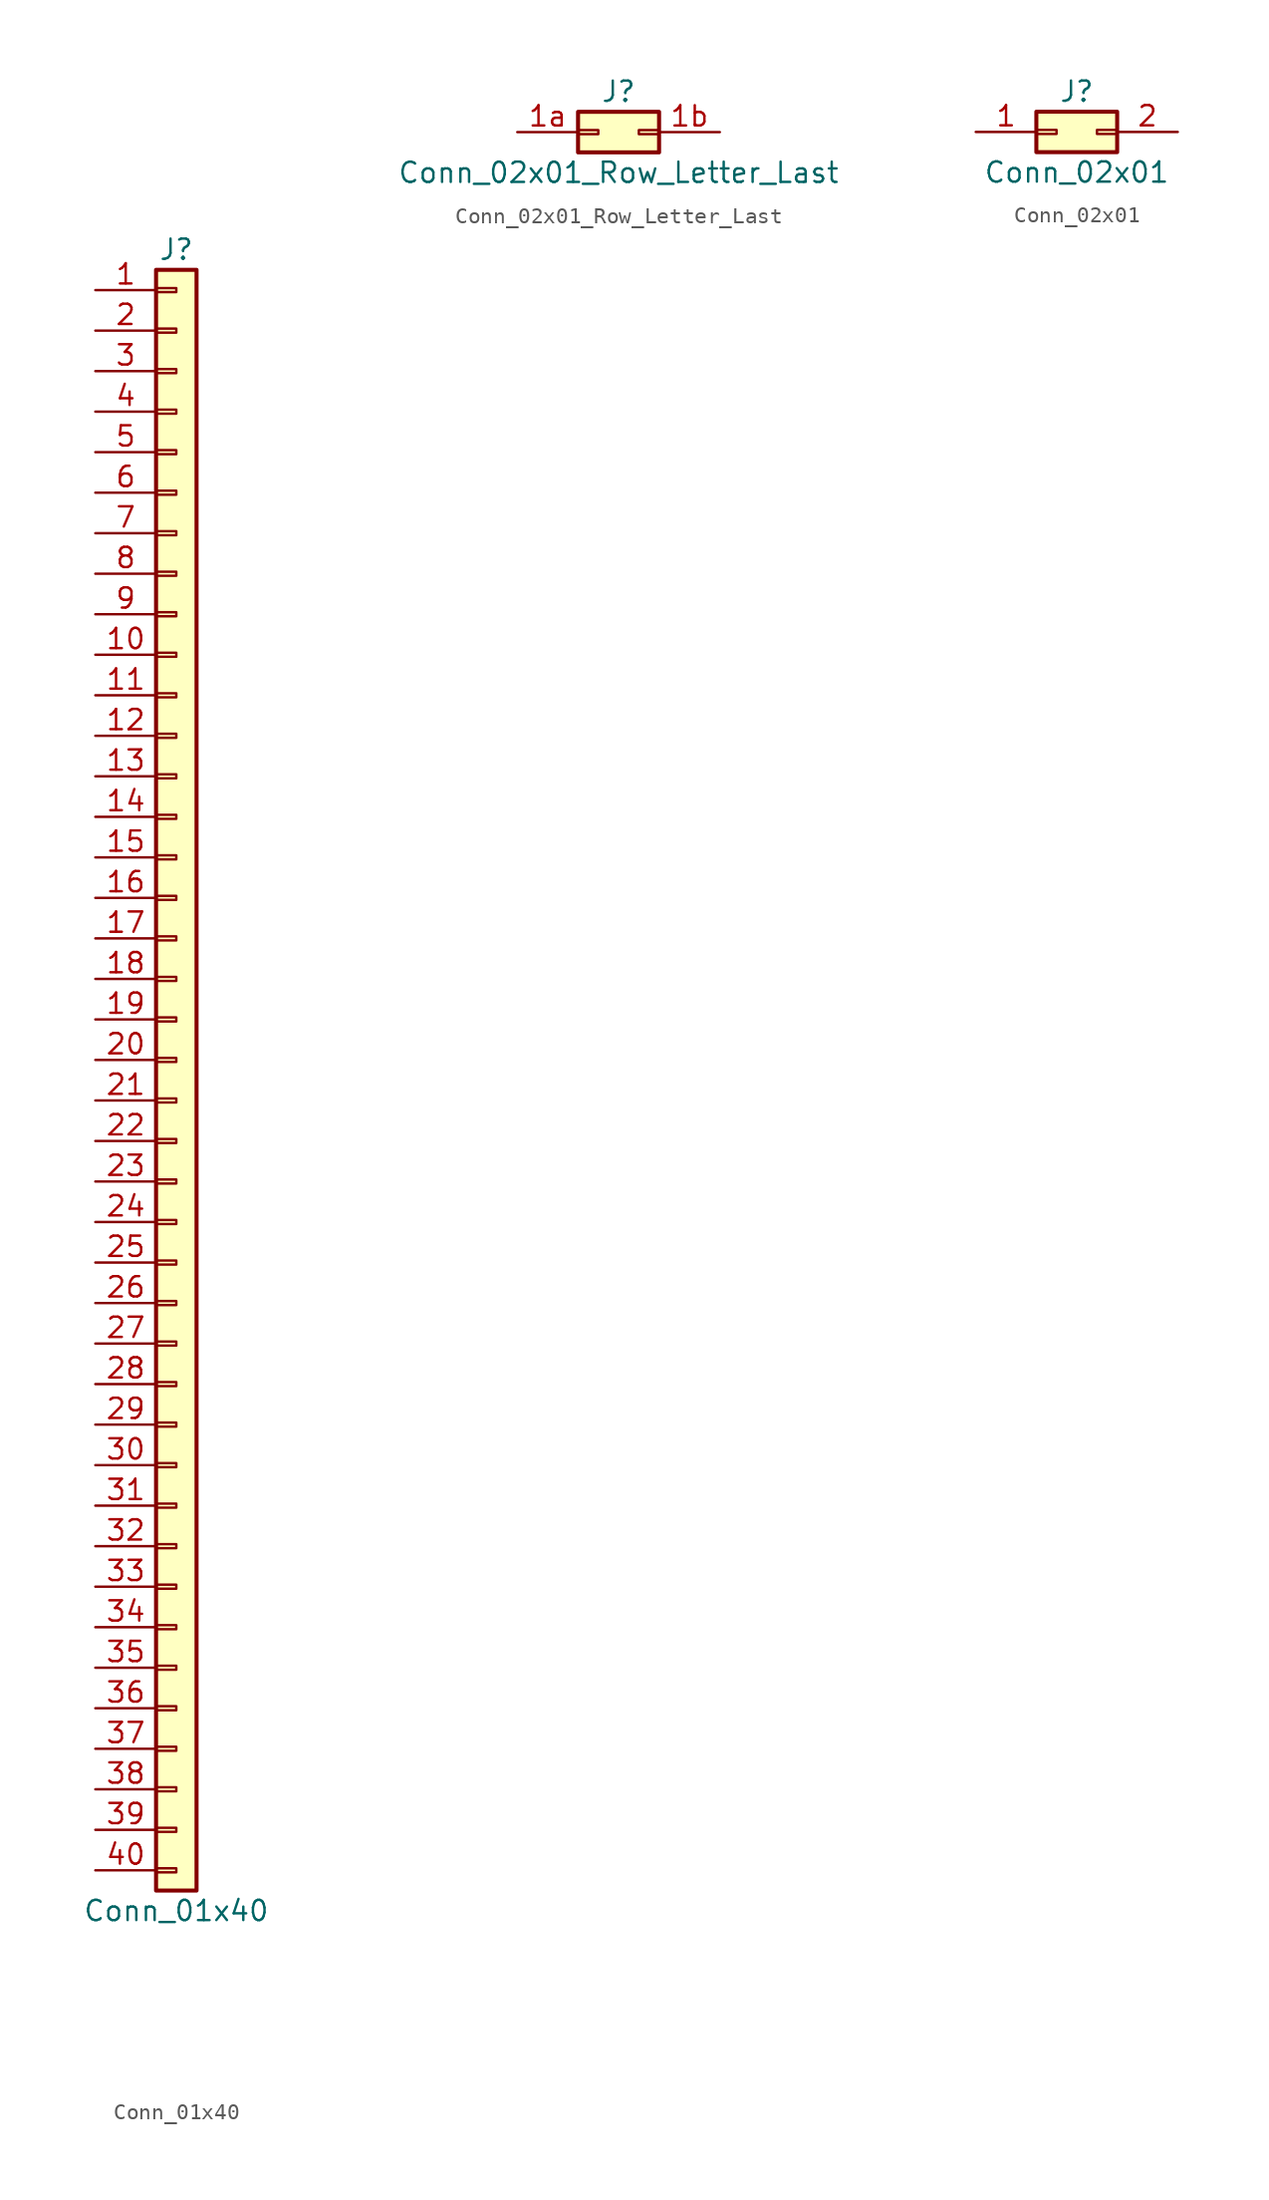
<source format=kicad_sym>
(kicad_symbol_lib
  (version 20211014)
  (generator kicad_symbol_editor)
  (symbol "Conn_01x40"
    (pin_names
      (offset 1.016) hide)
    (property "Reference" "J"
      (at 0 50.8 0)
      (effects (font (size 1.27 1.27))))
    (property "Value" "Conn_01x40"
      (at 0 -53.34 0)
      (effects (font (size 1.27 1.27))))
    (symbol "Conn_01x40_1_1"
      (rectangle (start -1.27 -50.673) (end 0 -50.927) (stroke (width 0.152) (type default) (color 0 0 0 0)) (fill (type none)))
      (rectangle (start -1.27 -48.133) (end 0 -48.387) (stroke (width 0.152) (type default) (color 0 0 0 0)) (fill (type none)))
      (rectangle (start -1.27 -45.593) (end 0 -45.847) (stroke (width 0.152) (type default) (color 0 0 0 0)) (fill (type none)))
      (rectangle (start -1.27 -43.053) (end 0 -43.307) (stroke (width 0.152) (type default) (color 0 0 0 0)) (fill (type none)))
      (rectangle (start -1.27 -40.513) (end 0 -40.767) (stroke (width 0.152) (type default) (color 0 0 0 0)) (fill (type none)))
      (rectangle (start -1.27 -37.973) (end 0 -38.227) (stroke (width 0.152) (type default) (color 0 0 0 0)) (fill (type none)))
      (rectangle (start -1.27 -35.433) (end 0 -35.687) (stroke (width 0.152) (type default) (color 0 0 0 0)) (fill (type none)))
      (rectangle (start -1.27 -32.893) (end 0 -33.147) (stroke (width 0.152) (type default) (color 0 0 0 0)) (fill (type none)))
      (rectangle (start -1.27 -30.353) (end 0 -30.607) (stroke (width 0.152) (type default) (color 0 0 0 0)) (fill (type none)))
      (rectangle (start -1.27 -27.813) (end 0 -28.067) (stroke (width 0.152) (type default) (color 0 0 0 0)) (fill (type none)))
      (rectangle (start -1.27 -25.273) (end 0 -25.527) (stroke (width 0.152) (type default) (color 0 0 0 0)) (fill (type none)))
      (rectangle (start -1.27 -22.733) (end 0 -22.987) (stroke (width 0.152) (type default) (color 0 0 0 0)) (fill (type none)))
      (rectangle (start -1.27 -20.193) (end 0 -20.447) (stroke (width 0.152) (type default) (color 0 0 0 0)) (fill (type none)))
      (rectangle (start -1.27 -17.653) (end 0 -17.907) (stroke (width 0.152) (type default) (color 0 0 0 0)) (fill (type none)))
      (rectangle (start -1.27 -15.113) (end 0 -15.367) (stroke (width 0.152) (type default) (color 0 0 0 0)) (fill (type none)))
      (rectangle (start -1.27 -12.573) (end 0 -12.827) (stroke (width 0.152) (type default) (color 0 0 0 0)) (fill (type none)))
      (rectangle (start -1.27 -10.033) (end 0 -10.287) (stroke (width 0.152) (type default) (color 0 0 0 0)) (fill (type none)))
      (rectangle (start -1.27 -7.493) (end 0 -7.747) (stroke (width 0.152) (type default) (color 0 0 0 0)) (fill (type none)))
      (rectangle (start -1.27 -4.953) (end 0 -5.207) (stroke (width 0.152) (type default) (color 0 0 0 0)) (fill (type none)))
      (rectangle (start -1.27 -2.413) (end 0 -2.667) (stroke (width 0.152) (type default) (color 0 0 0 0)) (fill (type none)))
      (rectangle (start -1.27 0.127) (end 0 -0.127) (stroke (width 0.152) (type default) (color 0 0 0 0)) (fill (type none)))
      (rectangle (start -1.27 2.667) (end 0 2.413) (stroke (width 0.152) (type default) (color 0 0 0 0)) (fill (type none)))
      (rectangle (start -1.27 5.207) (end 0 4.953) (stroke (width 0.152) (type default) (color 0 0 0 0)) (fill (type none)))
      (rectangle (start -1.27 7.747) (end 0 7.493) (stroke (width 0.152) (type default) (color 0 0 0 0)) (fill (type none)))
      (rectangle (start -1.27 10.287) (end 0 10.033) (stroke (width 0.152) (type default) (color 0 0 0 0)) (fill (type none)))
      (rectangle (start -1.27 12.827) (end 0 12.573) (stroke (width 0.152) (type default) (color 0 0 0 0)) (fill (type none)))
      (rectangle (start -1.27 15.367) (end 0 15.113) (stroke (width 0.152) (type default) (color 0 0 0 0)) (fill (type none)))
      (rectangle (start -1.27 17.907) (end 0 17.653) (stroke (width 0.152) (type default) (color 0 0 0 0)) (fill (type none)))
      (rectangle (start -1.27 20.447) (end 0 20.193) (stroke (width 0.152) (type default) (color 0 0 0 0)) (fill (type none)))
      (rectangle (start -1.27 22.987) (end 0 22.733) (stroke (width 0.152) (type default) (color 0 0 0 0)) (fill (type none)))
      (rectangle (start -1.27 25.527) (end 0 25.273) (stroke (width 0.152) (type default) (color 0 0 0 0)) (fill (type none)))
      (rectangle (start -1.27 28.067) (end 0 27.813) (stroke (width 0.152) (type default) (color 0 0 0 0)) (fill (type none)))
      (rectangle (start -1.27 30.607) (end 0 30.353) (stroke (width 0.152) (type default) (color 0 0 0 0)) (fill (type none)))
      (rectangle (start -1.27 33.147) (end 0 32.893) (stroke (width 0.152) (type default) (color 0 0 0 0)) (fill (type none)))
      (rectangle (start -1.27 35.687) (end 0 35.433) (stroke (width 0.152) (type default) (color 0 0 0 0)) (fill (type none)))
      (rectangle (start -1.27 38.227) (end 0 37.973) (stroke (width 0.152) (type default) (color 0 0 0 0)) (fill (type none)))
      (rectangle (start -1.27 40.767) (end 0 40.513) (stroke (width 0.152) (type default) (color 0 0 0 0)) (fill (type none)))
      (rectangle (start -1.27 43.307) (end 0 43.053) (stroke (width 0.152) (type default) (color 0 0 0 0)) (fill (type none)))
      (rectangle (start -1.27 45.847) (end 0 45.593) (stroke (width 0.152) (type default) (color 0 0 0 0)) (fill (type none)))
      (rectangle (start -1.27 48.387) (end 0 48.133) (stroke (width 0.152) (type default) (color 0 0 0 0)) (fill (type none)))
      (rectangle (start -1.27 49.53) (end 1.27 -52.07) (stroke (width 0.254) (type default) (color 0 0 0 0)) (fill (type background)))
      (pin passive line (at -5.08 48.26 0) (length 3.81) (name "Pin_1" (effects (font (size 1.27 1.27)))) (number "1" (effects (font (size 1.27 1.27)))))
      (pin passive line (at -5.08 25.4 0) (length 3.81) (name "Pin_10" (effects (font (size 1.27 1.27)))) (number "10" (effects (font (size 1.27 1.27)))))
      (pin passive line (at -5.08 22.86 0) (length 3.81) (name "Pin_11" (effects (font (size 1.27 1.27)))) (number "11" (effects (font (size 1.27 1.27)))))
      (pin passive line (at -5.08 20.32 0) (length 3.81) (name "Pin_12" (effects (font (size 1.27 1.27)))) (number "12" (effects (font (size 1.27 1.27)))))
      (pin passive line (at -5.08 17.78 0) (length 3.81) (name "Pin_13" (effects (font (size 1.27 1.27)))) (number "13" (effects (font (size 1.27 1.27)))))
      (pin passive line (at -5.08 15.24 0) (length 3.81) (name "Pin_14" (effects (font (size 1.27 1.27)))) (number "14" (effects (font (size 1.27 1.27)))))
      (pin passive line (at -5.08 12.7 0) (length 3.81) (name "Pin_15" (effects (font (size 1.27 1.27)))) (number "15" (effects (font (size 1.27 1.27)))))
      (pin passive line (at -5.08 10.16 0) (length 3.81) (name "Pin_16" (effects (font (size 1.27 1.27)))) (number "16" (effects (font (size 1.27 1.27)))))
      (pin passive line (at -5.08 7.62 0) (length 3.81) (name "Pin_17" (effects (font (size 1.27 1.27)))) (number "17" (effects (font (size 1.27 1.27)))))
      (pin passive line (at -5.08 5.08 0) (length 3.81) (name "Pin_18" (effects (font (size 1.27 1.27)))) (number "18" (effects (font (size 1.27 1.27)))))
      (pin passive line (at -5.08 2.54 0) (length 3.81) (name "Pin_19" (effects (font (size 1.27 1.27)))) (number "19" (effects (font (size 1.27 1.27)))))
      (pin passive line (at -5.08 45.72 0) (length 3.81) (name "Pin_2" (effects (font (size 1.27 1.27)))) (number "2" (effects (font (size 1.27 1.27)))))
      (pin passive line (at -5.08 0 0) (length 3.81) (name "Pin_20" (effects (font (size 1.27 1.27)))) (number "20" (effects (font (size 1.27 1.27)))))
      (pin passive line (at -5.08 -2.54 0) (length 3.81) (name "Pin_21" (effects (font (size 1.27 1.27)))) (number "21" (effects (font (size 1.27 1.27)))))
      (pin passive line (at -5.08 -5.08 0) (length 3.81) (name "Pin_22" (effects (font (size 1.27 1.27)))) (number "22" (effects (font (size 1.27 1.27)))))
      (pin passive line (at -5.08 -7.62 0) (length 3.81) (name "Pin_23" (effects (font (size 1.27 1.27)))) (number "23" (effects (font (size 1.27 1.27)))))
      (pin passive line (at -5.08 -10.16 0) (length 3.81) (name "Pin_24" (effects (font (size 1.27 1.27)))) (number "24" (effects (font (size 1.27 1.27)))))
      (pin passive line (at -5.08 -12.7 0) (length 3.81) (name "Pin_25" (effects (font (size 1.27 1.27)))) (number "25" (effects (font (size 1.27 1.27)))))
      (pin passive line (at -5.08 -15.24 0) (length 3.81) (name "Pin_26" (effects (font (size 1.27 1.27)))) (number "26" (effects (font (size 1.27 1.27)))))
      (pin passive line (at -5.08 -17.78 0) (length 3.81) (name "Pin_27" (effects (font (size 1.27 1.27)))) (number "27" (effects (font (size 1.27 1.27)))))
      (pin passive line (at -5.08 -20.32 0) (length 3.81) (name "Pin_28" (effects (font (size 1.27 1.27)))) (number "28" (effects (font (size 1.27 1.27)))))
      (pin passive line (at -5.08 -22.86 0) (length 3.81) (name "Pin_29" (effects (font (size 1.27 1.27)))) (number "29" (effects (font (size 1.27 1.27)))))
      (pin passive line (at -5.08 43.18 0) (length 3.81) (name "Pin_3" (effects (font (size 1.27 1.27)))) (number "3" (effects (font (size 1.27 1.27)))))
      (pin passive line (at -5.08 -25.4 0) (length 3.81) (name "Pin_30" (effects (font (size 1.27 1.27)))) (number "30" (effects (font (size 1.27 1.27)))))
      (pin passive line (at -5.08 -27.94 0) (length 3.81) (name "Pin_31" (effects (font (size 1.27 1.27)))) (number "31" (effects (font (size 1.27 1.27)))))
      (pin passive line (at -5.08 -30.48 0) (length 3.81) (name "Pin_32" (effects (font (size 1.27 1.27)))) (number "32" (effects (font (size 1.27 1.27)))))
      (pin passive line (at -5.08 -33.02 0) (length 3.81) (name "Pin_33" (effects (font (size 1.27 1.27)))) (number "33" (effects (font (size 1.27 1.27)))))
      (pin passive line (at -5.08 -35.56 0) (length 3.81) (name "Pin_34" (effects (font (size 1.27 1.27)))) (number "34" (effects (font (size 1.27 1.27)))))
      (pin passive line (at -5.08 -38.1 0) (length 3.81) (name "Pin_35" (effects (font (size 1.27 1.27)))) (number "35" (effects (font (size 1.27 1.27)))))
      (pin passive line (at -5.08 -40.64 0) (length 3.81) (name "Pin_36" (effects (font (size 1.27 1.27)))) (number "36" (effects (font (size 1.27 1.27)))))
      (pin passive line (at -5.08 -43.18 0) (length 3.81) (name "Pin_37" (effects (font (size 1.27 1.27)))) (number "37" (effects (font (size 1.27 1.27)))))
      (pin passive line (at -5.08 -45.72 0) (length 3.81) (name "Pin_38" (effects (font (size 1.27 1.27)))) (number "38" (effects (font (size 1.27 1.27)))))
      (pin passive line (at -5.08 -48.26 0) (length 3.81) (name "Pin_39" (effects (font (size 1.27 1.27)))) (number "39" (effects (font (size 1.27 1.27)))))
      (pin passive line (at -5.08 40.64 0) (length 3.81) (name "Pin_4" (effects (font (size 1.27 1.27)))) (number "4" (effects (font (size 1.27 1.27)))))
      (pin passive line (at -5.08 -50.8 0) (length 3.81) (name "Pin_40" (effects (font (size 1.27 1.27)))) (number "40" (effects (font (size 1.27 1.27)))))
      (pin passive line (at -5.08 38.1 0) (length 3.81) (name "Pin_5" (effects (font (size 1.27 1.27)))) (number "5" (effects (font (size 1.27 1.27)))))
      (pin passive line (at -5.08 35.56 0) (length 3.81) (name "Pin_6" (effects (font (size 1.27 1.27)))) (number "6" (effects (font (size 1.27 1.27)))))
      (pin passive line (at -5.08 33.02 0) (length 3.81) (name "Pin_7" (effects (font (size 1.27 1.27)))) (number "7" (effects (font (size 1.27 1.27)))))
      (pin passive line (at -5.08 30.48 0) (length 3.81) (name "Pin_8" (effects (font (size 1.27 1.27)))) (number "8" (effects (font (size 1.27 1.27)))))
      (pin passive line (at -5.08 27.94 0) (length 3.81) (name "Pin_9" (effects (font (size 1.27 1.27)))) (number "9" (effects (font (size 1.27 1.27)))))))
  (symbol "Conn_02x01_Row_Letter_Last"
    (pin_names
      (offset 1.016) hide)
    (property "Reference" "J"
      (at 1.27 2.54 0)
      (effects (font (size 1.27 1.27))))
    (property "Value" "Conn_02x01_Row_Letter_Last"
      (at 1.27 -2.54 0)
      (effects (font (size 1.27 1.27))))
    (symbol "Conn_02x01_Row_Letter_Last_1_1"
      (rectangle (start -1.27 0.127) (end 0 -0.127) (stroke (width 0.152) (type default) (color 0 0 0 0)) (fill (type none)))
      (rectangle (start -1.27 1.27) (end 3.81 -1.27) (stroke (width 0.254) (type default) (color 0 0 0 0)) (fill (type background)))
      (rectangle (start 3.81 0.127) (end 2.54 -0.127) (stroke (width 0.152) (type default) (color 0 0 0 0)) (fill (type none)))
      (pin passive line (at -5.08 0 0) (length 3.81) (name "Pin_1a" (effects (font (size 1.27 1.27)))) (number "1a" (effects (font (size 1.27 1.27)))))
      (pin passive line (at 7.62 0 180) (length 3.81) (name "Pin_1b" (effects (font (size 1.27 1.27)))) (number "1b" (effects (font (size 1.27 1.27)))))))
  (symbol "Conn_02x01"
    (pin_names
      (offset 1.016) hide)
    (property "Reference" "J"
      (at 1.27 2.54 0)
      (effects (font (size 1.27 1.27))))
    (property "Value" "Conn_02x01"
      (at 1.27 -2.54 0)
      (effects (font (size 1.27 1.27))))
    (symbol "Conn_02x01_1_1"
      (rectangle (start -1.27 0.127) (end 0 -0.127) (stroke (width 0.152) (type default) (color 0 0 0 0)) (fill (type none)))
      (rectangle (start -1.27 1.27) (end 3.81 -1.27) (stroke (width 0.254) (type default) (color 0 0 0 0)) (fill (type background)))
      (rectangle (start 3.81 0.127) (end 2.54 -0.127) (stroke (width 0.152) (type default) (color 0 0 0 0)) (fill (type none)))
      (pin passive line (at -5.08 0 0) (length 3.81) (name "Pin_1" (effects (font (size 1.27 1.27)))) (number "1" (effects (font (size 1.27 1.27)))))
      (pin passive line (at 7.62 0 180) (length 3.81) (name "Pin_2" (effects (font (size 1.27 1.27)))) (number "2" (effects (font (size 1.27 1.27))))))))
</source>
